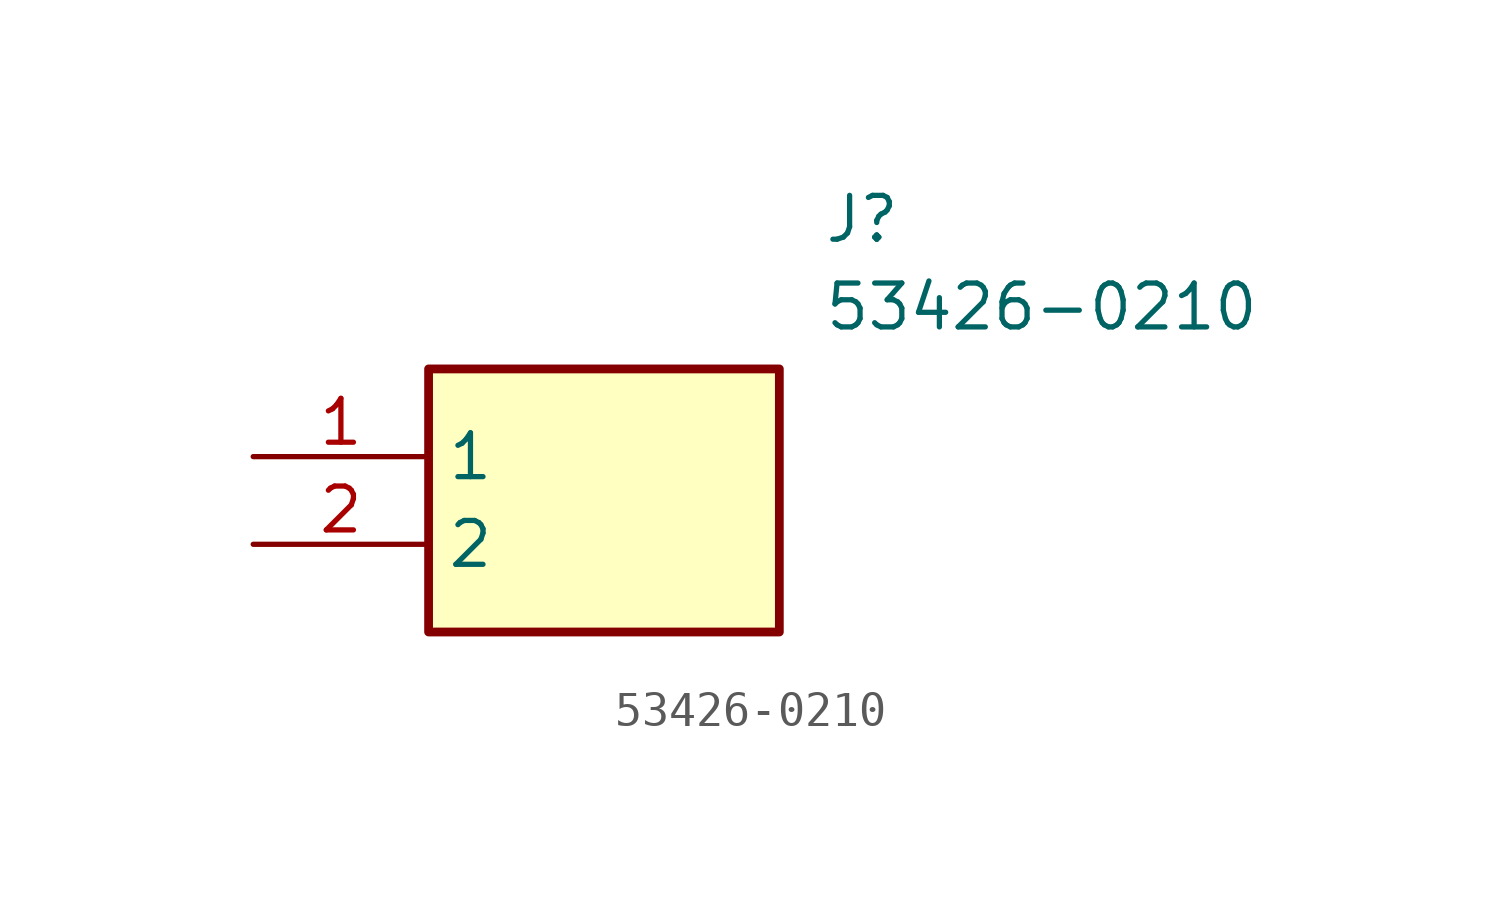
<source format=kicad_sym>
(kicad_symbol_lib
  (version 20211014)
  (generator SamacSys_ECAD_Model)
  (symbol "53426-0210"
    (property "Reference" "J"
      (at 16.51 7.62 0)
      (effects (font (size 1.27 1.27)) (justify left top)))
    (property "Value" "53426-0210"
      (at 16.51 5.08 0)
      (effects (font (size 1.27 1.27)) (justify left top)))
    (rectangle
      (start 5.08 2.54)
      (end 15.24 -5.08)
      (stroke (width 0.254) (type default))
      (fill (type background)))
    (pin passive line
      (at 0 0 0)
      (length 5.08)
      (name "1" (effects (font (size 1.27 1.27))))
      (number "1" (effects (font (size 1.27 1.27)))))
    (pin passive line
      (at 0 -2.54 0)
      (length 5.08)
      (name "2" (effects (font (size 1.27 1.27))))
      (number "2" (effects (font (size 1.27 1.27)))))))
</source>
